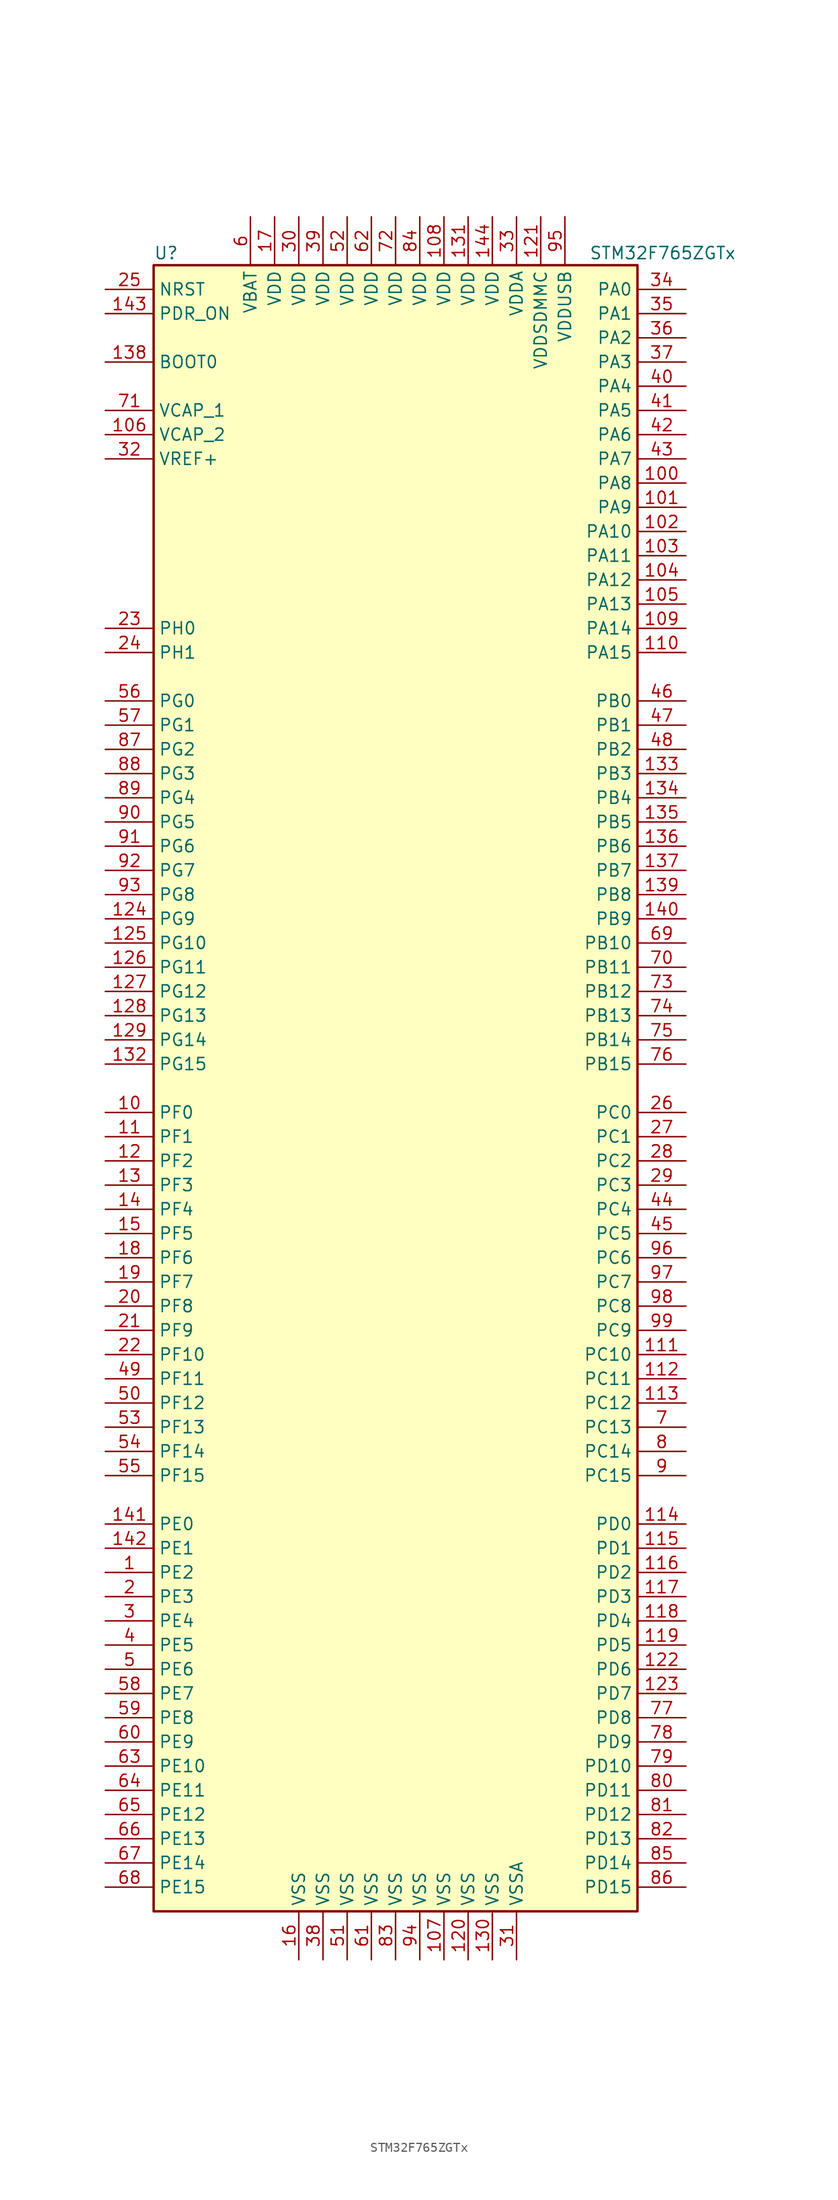
<source format=kicad_sym>
(kicad_symbol_lib
  (version 20201005)
  (generator kicad_symbol_editor)
  (symbol "STM32F765ZGTx"
    (property "Reference" "U"
      (at -25.4 87.63 0)
      (effects (font (size 1.27 1.27)) (justify left)))
    (property "Value" "STM32F765ZGTx"
      (at 20.32 87.63 0)
      (effects (font (size 1.27 1.27)) (justify left)))
    (symbol "STM32F765ZGTx_0_1"
      (rectangle (start -25.4 -86.36) (end 25.4 86.36) (stroke (width 0.254)) (fill (type background))))
    (symbol "STM32F765ZGTx_1_1"
      (pin input line (at -30.48 76.2 0) (length 5.08) (name "BOOT0" (effects (font (size 1.27 1.27)))) (number "138" (effects (font (size 1.27 1.27)))))
      (pin input line (at -30.48 83.82 0) (length 5.08) (name "NRST" (effects (font (size 1.27 1.27)))) (number "25" (effects (font (size 1.27 1.27)))))
      (pin bidirectional line (at 30.48 83.82 180) (length 5.08) (name "PA0" (effects (font (size 1.27 1.27)))) (number "34" (effects (font (size 1.27 1.27)))))
      (pin bidirectional line (at 30.48 81.28 180) (length 5.08) (name "PA1" (effects (font (size 1.27 1.27)))) (number "35" (effects (font (size 1.27 1.27)))))
      (pin bidirectional line (at 30.48 58.42 180) (length 5.08) (name "PA10" (effects (font (size 1.27 1.27)))) (number "102" (effects (font (size 1.27 1.27)))))
      (pin bidirectional line (at 30.48 55.88 180) (length 5.08) (name "PA11" (effects (font (size 1.27 1.27)))) (number "103" (effects (font (size 1.27 1.27)))))
      (pin bidirectional line (at 30.48 53.34 180) (length 5.08) (name "PA12" (effects (font (size 1.27 1.27)))) (number "104" (effects (font (size 1.27 1.27)))))
      (pin bidirectional line (at 30.48 50.8 180) (length 5.08) (name "PA13" (effects (font (size 1.27 1.27)))) (number "105" (effects (font (size 1.27 1.27)))))
      (pin bidirectional line (at 30.48 48.26 180) (length 5.08) (name "PA14" (effects (font (size 1.27 1.27)))) (number "109" (effects (font (size 1.27 1.27)))))
      (pin bidirectional line (at 30.48 45.72 180) (length 5.08) (name "PA15" (effects (font (size 1.27 1.27)))) (number "110" (effects (font (size 1.27 1.27)))))
      (pin bidirectional line (at 30.48 78.74 180) (length 5.08) (name "PA2" (effects (font (size 1.27 1.27)))) (number "36" (effects (font (size 1.27 1.27)))))
      (pin bidirectional line (at 30.48 76.2 180) (length 5.08) (name "PA3" (effects (font (size 1.27 1.27)))) (number "37" (effects (font (size 1.27 1.27)))))
      (pin bidirectional line (at 30.48 73.66 180) (length 5.08) (name "PA4" (effects (font (size 1.27 1.27)))) (number "40" (effects (font (size 1.27 1.27)))))
      (pin bidirectional line (at 30.48 71.12 180) (length 5.08) (name "PA5" (effects (font (size 1.27 1.27)))) (number "41" (effects (font (size 1.27 1.27)))))
      (pin bidirectional line (at 30.48 68.58 180) (length 5.08) (name "PA6" (effects (font (size 1.27 1.27)))) (number "42" (effects (font (size 1.27 1.27)))))
      (pin bidirectional line (at 30.48 66.04 180) (length 5.08) (name "PA7" (effects (font (size 1.27 1.27)))) (number "43" (effects (font (size 1.27 1.27)))))
      (pin bidirectional line (at 30.48 63.5 180) (length 5.08) (name "PA8" (effects (font (size 1.27 1.27)))) (number "100" (effects (font (size 1.27 1.27)))))
      (pin bidirectional line (at 30.48 60.96 180) (length 5.08) (name "PA9" (effects (font (size 1.27 1.27)))) (number "101" (effects (font (size 1.27 1.27)))))
      (pin bidirectional line (at 30.48 40.64 180) (length 5.08) (name "PB0" (effects (font (size 1.27 1.27)))) (number "46" (effects (font (size 1.27 1.27)))))
      (pin bidirectional line (at 30.48 38.1 180) (length 5.08) (name "PB1" (effects (font (size 1.27 1.27)))) (number "47" (effects (font (size 1.27 1.27)))))
      (pin bidirectional line (at 30.48 15.24 180) (length 5.08) (name "PB10" (effects (font (size 1.27 1.27)))) (number "69" (effects (font (size 1.27 1.27)))))
      (pin bidirectional line (at 30.48 12.7 180) (length 5.08) (name "PB11" (effects (font (size 1.27 1.27)))) (number "70" (effects (font (size 1.27 1.27)))))
      (pin bidirectional line (at 30.48 10.16 180) (length 5.08) (name "PB12" (effects (font (size 1.27 1.27)))) (number "73" (effects (font (size 1.27 1.27)))))
      (pin bidirectional line (at 30.48 7.62 180) (length 5.08) (name "PB13" (effects (font (size 1.27 1.27)))) (number "74" (effects (font (size 1.27 1.27)))))
      (pin bidirectional line (at 30.48 5.08 180) (length 5.08) (name "PB14" (effects (font (size 1.27 1.27)))) (number "75" (effects (font (size 1.27 1.27)))))
      (pin bidirectional line (at 30.48 2.54 180) (length 5.08) (name "PB15" (effects (font (size 1.27 1.27)))) (number "76" (effects (font (size 1.27 1.27)))))
      (pin bidirectional line (at 30.48 35.56 180) (length 5.08) (name "PB2" (effects (font (size 1.27 1.27)))) (number "48" (effects (font (size 1.27 1.27)))))
      (pin bidirectional line (at 30.48 33.02 180) (length 5.08) (name "PB3" (effects (font (size 1.27 1.27)))) (number "133" (effects (font (size 1.27 1.27)))))
      (pin bidirectional line (at 30.48 30.48 180) (length 5.08) (name "PB4" (effects (font (size 1.27 1.27)))) (number "134" (effects (font (size 1.27 1.27)))))
      (pin bidirectional line (at 30.48 27.94 180) (length 5.08) (name "PB5" (effects (font (size 1.27 1.27)))) (number "135" (effects (font (size 1.27 1.27)))))
      (pin bidirectional line (at 30.48 25.4 180) (length 5.08) (name "PB6" (effects (font (size 1.27 1.27)))) (number "136" (effects (font (size 1.27 1.27)))))
      (pin bidirectional line (at 30.48 22.86 180) (length 5.08) (name "PB7" (effects (font (size 1.27 1.27)))) (number "137" (effects (font (size 1.27 1.27)))))
      (pin bidirectional line (at 30.48 20.32 180) (length 5.08) (name "PB8" (effects (font (size 1.27 1.27)))) (number "139" (effects (font (size 1.27 1.27)))))
      (pin bidirectional line (at 30.48 17.78 180) (length 5.08) (name "PB9" (effects (font (size 1.27 1.27)))) (number "140" (effects (font (size 1.27 1.27)))))
      (pin bidirectional line (at 30.48 -2.54 180) (length 5.08) (name "PC0" (effects (font (size 1.27 1.27)))) (number "26" (effects (font (size 1.27 1.27)))))
      (pin bidirectional line (at 30.48 -5.08 180) (length 5.08) (name "PC1" (effects (font (size 1.27 1.27)))) (number "27" (effects (font (size 1.27 1.27)))))
      (pin bidirectional line (at 30.48 -27.94 180) (length 5.08) (name "PC10" (effects (font (size 1.27 1.27)))) (number "111" (effects (font (size 1.27 1.27)))))
      (pin bidirectional line (at 30.48 -30.48 180) (length 5.08) (name "PC11" (effects (font (size 1.27 1.27)))) (number "112" (effects (font (size 1.27 1.27)))))
      (pin bidirectional line (at 30.48 -33.02 180) (length 5.08) (name "PC12" (effects (font (size 1.27 1.27)))) (number "113" (effects (font (size 1.27 1.27)))))
      (pin bidirectional line (at 30.48 -35.56 180) (length 5.08) (name "PC13" (effects (font (size 1.27 1.27)))) (number "7" (effects (font (size 1.27 1.27)))))
      (pin bidirectional line (at 30.48 -38.1 180) (length 5.08) (name "PC14" (effects (font (size 1.27 1.27)))) (number "8" (effects (font (size 1.27 1.27)))))
      (pin bidirectional line (at 30.48 -40.64 180) (length 5.08) (name "PC15" (effects (font (size 1.27 1.27)))) (number "9" (effects (font (size 1.27 1.27)))))
      (pin bidirectional line (at 30.48 -7.62 180) (length 5.08) (name "PC2" (effects (font (size 1.27 1.27)))) (number "28" (effects (font (size 1.27 1.27)))))
      (pin bidirectional line (at 30.48 -10.16 180) (length 5.08) (name "PC3" (effects (font (size 1.27 1.27)))) (number "29" (effects (font (size 1.27 1.27)))))
      (pin bidirectional line (at 30.48 -12.7 180) (length 5.08) (name "PC4" (effects (font (size 1.27 1.27)))) (number "44" (effects (font (size 1.27 1.27)))))
      (pin bidirectional line (at 30.48 -15.24 180) (length 5.08) (name "PC5" (effects (font (size 1.27 1.27)))) (number "45" (effects (font (size 1.27 1.27)))))
      (pin bidirectional line (at 30.48 -17.78 180) (length 5.08) (name "PC6" (effects (font (size 1.27 1.27)))) (number "96" (effects (font (size 1.27 1.27)))))
      (pin bidirectional line (at 30.48 -20.32 180) (length 5.08) (name "PC7" (effects (font (size 1.27 1.27)))) (number "97" (effects (font (size 1.27 1.27)))))
      (pin bidirectional line (at 30.48 -22.86 180) (length 5.08) (name "PC8" (effects (font (size 1.27 1.27)))) (number "98" (effects (font (size 1.27 1.27)))))
      (pin bidirectional line (at 30.48 -25.4 180) (length 5.08) (name "PC9" (effects (font (size 1.27 1.27)))) (number "99" (effects (font (size 1.27 1.27)))))
      (pin bidirectional line (at 30.48 -45.72 180) (length 5.08) (name "PD0" (effects (font (size 1.27 1.27)))) (number "114" (effects (font (size 1.27 1.27)))))
      (pin bidirectional line (at 30.48 -48.26 180) (length 5.08) (name "PD1" (effects (font (size 1.27 1.27)))) (number "115" (effects (font (size 1.27 1.27)))))
      (pin bidirectional line (at 30.48 -71.12 180) (length 5.08) (name "PD10" (effects (font (size 1.27 1.27)))) (number "79" (effects (font (size 1.27 1.27)))))
      (pin bidirectional line (at 30.48 -73.66 180) (length 5.08) (name "PD11" (effects (font (size 1.27 1.27)))) (number "80" (effects (font (size 1.27 1.27)))))
      (pin bidirectional line (at 30.48 -76.2 180) (length 5.08) (name "PD12" (effects (font (size 1.27 1.27)))) (number "81" (effects (font (size 1.27 1.27)))))
      (pin bidirectional line (at 30.48 -78.74 180) (length 5.08) (name "PD13" (effects (font (size 1.27 1.27)))) (number "82" (effects (font (size 1.27 1.27)))))
      (pin bidirectional line (at 30.48 -81.28 180) (length 5.08) (name "PD14" (effects (font (size 1.27 1.27)))) (number "85" (effects (font (size 1.27 1.27)))))
      (pin bidirectional line (at 30.48 -83.82 180) (length 5.08) (name "PD15" (effects (font (size 1.27 1.27)))) (number "86" (effects (font (size 1.27 1.27)))))
      (pin bidirectional line (at 30.48 -50.8 180) (length 5.08) (name "PD2" (effects (font (size 1.27 1.27)))) (number "116" (effects (font (size 1.27 1.27)))))
      (pin bidirectional line (at 30.48 -53.34 180) (length 5.08) (name "PD3" (effects (font (size 1.27 1.27)))) (number "117" (effects (font (size 1.27 1.27)))))
      (pin bidirectional line (at 30.48 -55.88 180) (length 5.08) (name "PD4" (effects (font (size 1.27 1.27)))) (number "118" (effects (font (size 1.27 1.27)))))
      (pin bidirectional line (at 30.48 -58.42 180) (length 5.08) (name "PD5" (effects (font (size 1.27 1.27)))) (number "119" (effects (font (size 1.27 1.27)))))
      (pin bidirectional line (at 30.48 -60.96 180) (length 5.08) (name "PD6" (effects (font (size 1.27 1.27)))) (number "122" (effects (font (size 1.27 1.27)))))
      (pin bidirectional line (at 30.48 -63.5 180) (length 5.08) (name "PD7" (effects (font (size 1.27 1.27)))) (number "123" (effects (font (size 1.27 1.27)))))
      (pin bidirectional line (at 30.48 -66.04 180) (length 5.08) (name "PD8" (effects (font (size 1.27 1.27)))) (number "77" (effects (font (size 1.27 1.27)))))
      (pin bidirectional line (at 30.48 -68.58 180) (length 5.08) (name "PD9" (effects (font (size 1.27 1.27)))) (number "78" (effects (font (size 1.27 1.27)))))
      (pin input line (at -30.48 81.28 0) (length 5.08) (name "PDR_ON" (effects (font (size 1.27 1.27)))) (number "143" (effects (font (size 1.27 1.27)))))
      (pin bidirectional line (at -30.48 -45.72 0) (length 5.08) (name "PE0" (effects (font (size 1.27 1.27)))) (number "141" (effects (font (size 1.27 1.27)))))
      (pin bidirectional line (at -30.48 -48.26 0) (length 5.08) (name "PE1" (effects (font (size 1.27 1.27)))) (number "142" (effects (font (size 1.27 1.27)))))
      (pin bidirectional line (at -30.48 -71.12 0) (length 5.08) (name "PE10" (effects (font (size 1.27 1.27)))) (number "63" (effects (font (size 1.27 1.27)))))
      (pin bidirectional line (at -30.48 -73.66 0) (length 5.08) (name "PE11" (effects (font (size 1.27 1.27)))) (number "64" (effects (font (size 1.27 1.27)))))
      (pin bidirectional line (at -30.48 -76.2 0) (length 5.08) (name "PE12" (effects (font (size 1.27 1.27)))) (number "65" (effects (font (size 1.27 1.27)))))
      (pin bidirectional line (at -30.48 -78.74 0) (length 5.08) (name "PE13" (effects (font (size 1.27 1.27)))) (number "66" (effects (font (size 1.27 1.27)))))
      (pin bidirectional line (at -30.48 -81.28 0) (length 5.08) (name "PE14" (effects (font (size 1.27 1.27)))) (number "67" (effects (font (size 1.27 1.27)))))
      (pin bidirectional line (at -30.48 -83.82 0) (length 5.08) (name "PE15" (effects (font (size 1.27 1.27)))) (number "68" (effects (font (size 1.27 1.27)))))
      (pin bidirectional line (at -30.48 -50.8 0) (length 5.08) (name "PE2" (effects (font (size 1.27 1.27)))) (number "1" (effects (font (size 1.27 1.27)))))
      (pin bidirectional line (at -30.48 -53.34 0) (length 5.08) (name "PE3" (effects (font (size 1.27 1.27)))) (number "2" (effects (font (size 1.27 1.27)))))
      (pin bidirectional line (at -30.48 -55.88 0) (length 5.08) (name "PE4" (effects (font (size 1.27 1.27)))) (number "3" (effects (font (size 1.27 1.27)))))
      (pin bidirectional line (at -30.48 -58.42 0) (length 5.08) (name "PE5" (effects (font (size 1.27 1.27)))) (number "4" (effects (font (size 1.27 1.27)))))
      (pin bidirectional line (at -30.48 -60.96 0) (length 5.08) (name "PE6" (effects (font (size 1.27 1.27)))) (number "5" (effects (font (size 1.27 1.27)))))
      (pin bidirectional line (at -30.48 -63.5 0) (length 5.08) (name "PE7" (effects (font (size 1.27 1.27)))) (number "58" (effects (font (size 1.27 1.27)))))
      (pin bidirectional line (at -30.48 -66.04 0) (length 5.08) (name "PE8" (effects (font (size 1.27 1.27)))) (number "59" (effects (font (size 1.27 1.27)))))
      (pin bidirectional line (at -30.48 -68.58 0) (length 5.08) (name "PE9" (effects (font (size 1.27 1.27)))) (number "60" (effects (font (size 1.27 1.27)))))
      (pin bidirectional line (at -30.48 -2.54 0) (length 5.08) (name "PF0" (effects (font (size 1.27 1.27)))) (number "10" (effects (font (size 1.27 1.27)))))
      (pin bidirectional line (at -30.48 -5.08 0) (length 5.08) (name "PF1" (effects (font (size 1.27 1.27)))) (number "11" (effects (font (size 1.27 1.27)))))
      (pin bidirectional line (at -30.48 -27.94 0) (length 5.08) (name "PF10" (effects (font (size 1.27 1.27)))) (number "22" (effects (font (size 1.27 1.27)))))
      (pin bidirectional line (at -30.48 -30.48 0) (length 5.08) (name "PF11" (effects (font (size 1.27 1.27)))) (number "49" (effects (font (size 1.27 1.27)))))
      (pin bidirectional line (at -30.48 -33.02 0) (length 5.08) (name "PF12" (effects (font (size 1.27 1.27)))) (number "50" (effects (font (size 1.27 1.27)))))
      (pin bidirectional line (at -30.48 -35.56 0) (length 5.08) (name "PF13" (effects (font (size 1.27 1.27)))) (number "53" (effects (font (size 1.27 1.27)))))
      (pin bidirectional line (at -30.48 -38.1 0) (length 5.08) (name "PF14" (effects (font (size 1.27 1.27)))) (number "54" (effects (font (size 1.27 1.27)))))
      (pin bidirectional line (at -30.48 -40.64 0) (length 5.08) (name "PF15" (effects (font (size 1.27 1.27)))) (number "55" (effects (font (size 1.27 1.27)))))
      (pin bidirectional line (at -30.48 -7.62 0) (length 5.08) (name "PF2" (effects (font (size 1.27 1.27)))) (number "12" (effects (font (size 1.27 1.27)))))
      (pin bidirectional line (at -30.48 -10.16 0) (length 5.08) (name "PF3" (effects (font (size 1.27 1.27)))) (number "13" (effects (font (size 1.27 1.27)))))
      (pin bidirectional line (at -30.48 -12.7 0) (length 5.08) (name "PF4" (effects (font (size 1.27 1.27)))) (number "14" (effects (font (size 1.27 1.27)))))
      (pin bidirectional line (at -30.48 -15.24 0) (length 5.08) (name "PF5" (effects (font (size 1.27 1.27)))) (number "15" (effects (font (size 1.27 1.27)))))
      (pin bidirectional line (at -30.48 -17.78 0) (length 5.08) (name "PF6" (effects (font (size 1.27 1.27)))) (number "18" (effects (font (size 1.27 1.27)))))
      (pin bidirectional line (at -30.48 -20.32 0) (length 5.08) (name "PF7" (effects (font (size 1.27 1.27)))) (number "19" (effects (font (size 1.27 1.27)))))
      (pin bidirectional line (at -30.48 -22.86 0) (length 5.08) (name "PF8" (effects (font (size 1.27 1.27)))) (number "20" (effects (font (size 1.27 1.27)))))
      (pin bidirectional line (at -30.48 -25.4 0) (length 5.08) (name "PF9" (effects (font (size 1.27 1.27)))) (number "21" (effects (font (size 1.27 1.27)))))
      (pin bidirectional line (at -30.48 40.64 0) (length 5.08) (name "PG0" (effects (font (size 1.27 1.27)))) (number "56" (effects (font (size 1.27 1.27)))))
      (pin bidirectional line (at -30.48 38.1 0) (length 5.08) (name "PG1" (effects (font (size 1.27 1.27)))) (number "57" (effects (font (size 1.27 1.27)))))
      (pin bidirectional line (at -30.48 15.24 0) (length 5.08) (name "PG10" (effects (font (size 1.27 1.27)))) (number "125" (effects (font (size 1.27 1.27)))))
      (pin bidirectional line (at -30.48 12.7 0) (length 5.08) (name "PG11" (effects (font (size 1.27 1.27)))) (number "126" (effects (font (size 1.27 1.27)))))
      (pin bidirectional line (at -30.48 10.16 0) (length 5.08) (name "PG12" (effects (font (size 1.27 1.27)))) (number "127" (effects (font (size 1.27 1.27)))))
      (pin bidirectional line (at -30.48 7.62 0) (length 5.08) (name "PG13" (effects (font (size 1.27 1.27)))) (number "128" (effects (font (size 1.27 1.27)))))
      (pin bidirectional line (at -30.48 5.08 0) (length 5.08) (name "PG14" (effects (font (size 1.27 1.27)))) (number "129" (effects (font (size 1.27 1.27)))))
      (pin bidirectional line (at -30.48 2.54 0) (length 5.08) (name "PG15" (effects (font (size 1.27 1.27)))) (number "132" (effects (font (size 1.27 1.27)))))
      (pin bidirectional line (at -30.48 35.56 0) (length 5.08) (name "PG2" (effects (font (size 1.27 1.27)))) (number "87" (effects (font (size 1.27 1.27)))))
      (pin bidirectional line (at -30.48 33.02 0) (length 5.08) (name "PG3" (effects (font (size 1.27 1.27)))) (number "88" (effects (font (size 1.27 1.27)))))
      (pin bidirectional line (at -30.48 30.48 0) (length 5.08) (name "PG4" (effects (font (size 1.27 1.27)))) (number "89" (effects (font (size 1.27 1.27)))))
      (pin bidirectional line (at -30.48 27.94 0) (length 5.08) (name "PG5" (effects (font (size 1.27 1.27)))) (number "90" (effects (font (size 1.27 1.27)))))
      (pin bidirectional line (at -30.48 25.4 0) (length 5.08) (name "PG6" (effects (font (size 1.27 1.27)))) (number "91" (effects (font (size 1.27 1.27)))))
      (pin bidirectional line (at -30.48 22.86 0) (length 5.08) (name "PG7" (effects (font (size 1.27 1.27)))) (number "92" (effects (font (size 1.27 1.27)))))
      (pin bidirectional line (at -30.48 20.32 0) (length 5.08) (name "PG8" (effects (font (size 1.27 1.27)))) (number "93" (effects (font (size 1.27 1.27)))))
      (pin bidirectional line (at -30.48 17.78 0) (length 5.08) (name "PG9" (effects (font (size 1.27 1.27)))) (number "124" (effects (font (size 1.27 1.27)))))
      (pin input line (at -30.48 48.26 0) (length 5.08) (name "PH0" (effects (font (size 1.27 1.27)))) (number "23" (effects (font (size 1.27 1.27)))))
      (pin input line (at -30.48 45.72 0) (length 5.08) (name "PH1" (effects (font (size 1.27 1.27)))) (number "24" (effects (font (size 1.27 1.27)))))
      (pin power_in line (at -15.24 91.44 270) (length 5.08) (name "VBAT" (effects (font (size 1.27 1.27)))) (number "6" (effects (font (size 1.27 1.27)))))
      (pin power_in line (at -30.48 71.12 0) (length 5.08) (name "VCAP_1" (effects (font (size 1.27 1.27)))) (number "71" (effects (font (size 1.27 1.27)))))
      (pin power_in line (at -30.48 68.58 0) (length 5.08) (name "VCAP_2" (effects (font (size 1.27 1.27)))) (number "106" (effects (font (size 1.27 1.27)))))
      (pin power_in line (at 5.08 91.44 270) (length 5.08) (name "VDD" (effects (font (size 1.27 1.27)))) (number "108" (effects (font (size 1.27 1.27)))))
      (pin power_in line (at 7.62 91.44 270) (length 5.08) (name "VDD" (effects (font (size 1.27 1.27)))) (number "131" (effects (font (size 1.27 1.27)))))
      (pin power_in line (at 10.16 91.44 270) (length 5.08) (name "VDD" (effects (font (size 1.27 1.27)))) (number "144" (effects (font (size 1.27 1.27)))))
      (pin power_in line (at -12.7 91.44 270) (length 5.08) (name "VDD" (effects (font (size 1.27 1.27)))) (number "17" (effects (font (size 1.27 1.27)))))
      (pin power_in line (at -10.16 91.44 270) (length 5.08) (name "VDD" (effects (font (size 1.27 1.27)))) (number "30" (effects (font (size 1.27 1.27)))))
      (pin power_in line (at -7.62 91.44 270) (length 5.08) (name "VDD" (effects (font (size 1.27 1.27)))) (number "39" (effects (font (size 1.27 1.27)))))
      (pin power_in line (at -5.08 91.44 270) (length 5.08) (name "VDD" (effects (font (size 1.27 1.27)))) (number "52" (effects (font (size 1.27 1.27)))))
      (pin power_in line (at -2.54 91.44 270) (length 5.08) (name "VDD" (effects (font (size 1.27 1.27)))) (number "62" (effects (font (size 1.27 1.27)))))
      (pin power_in line (at 0 91.44 270) (length 5.08) (name "VDD" (effects (font (size 1.27 1.27)))) (number "72" (effects (font (size 1.27 1.27)))))
      (pin power_in line (at 2.54 91.44 270) (length 5.08) (name "VDD" (effects (font (size 1.27 1.27)))) (number "84" (effects (font (size 1.27 1.27)))))
      (pin power_in line (at 12.7 91.44 270) (length 5.08) (name "VDDA" (effects (font (size 1.27 1.27)))) (number "33" (effects (font (size 1.27 1.27)))))
      (pin power_in line (at 15.24 91.44 270) (length 5.08) (name "VDDSDMMC" (effects (font (size 1.27 1.27)))) (number "121" (effects (font (size 1.27 1.27)))))
      (pin power_in line (at 17.78 91.44 270) (length 5.08) (name "VDDUSB" (effects (font (size 1.27 1.27)))) (number "95" (effects (font (size 1.27 1.27)))))
      (pin power_in line (at -30.48 66.04 0) (length 5.08) (name "VREF+" (effects (font (size 1.27 1.27)))) (number "32" (effects (font (size 1.27 1.27)))))
      (pin power_in line (at 5.08 -91.44 90) (length 5.08) (name "VSS" (effects (font (size 1.27 1.27)))) (number "107" (effects (font (size 1.27 1.27)))))
      (pin power_in line (at 7.62 -91.44 90) (length 5.08) (name "VSS" (effects (font (size 1.27 1.27)))) (number "120" (effects (font (size 1.27 1.27)))))
      (pin power_in line (at 10.16 -91.44 90) (length 5.08) (name "VSS" (effects (font (size 1.27 1.27)))) (number "130" (effects (font (size 1.27 1.27)))))
      (pin power_in line (at -10.16 -91.44 90) (length 5.08) (name "VSS" (effects (font (size 1.27 1.27)))) (number "16" (effects (font (size 1.27 1.27)))))
      (pin power_in line (at -7.62 -91.44 90) (length 5.08) (name "VSS" (effects (font (size 1.27 1.27)))) (number "38" (effects (font (size 1.27 1.27)))))
      (pin power_in line (at -5.08 -91.44 90) (length 5.08) (name "VSS" (effects (font (size 1.27 1.27)))) (number "51" (effects (font (size 1.27 1.27)))))
      (pin power_in line (at -2.54 -91.44 90) (length 5.08) (name "VSS" (effects (font (size 1.27 1.27)))) (number "61" (effects (font (size 1.27 1.27)))))
      (pin power_in line (at 0 -91.44 90) (length 5.08) (name "VSS" (effects (font (size 1.27 1.27)))) (number "83" (effects (font (size 1.27 1.27)))))
      (pin power_in line (at 2.54 -91.44 90) (length 5.08) (name "VSS" (effects (font (size 1.27 1.27)))) (number "94" (effects (font (size 1.27 1.27)))))
      (pin power_in line (at 12.7 -91.44 90) (length 5.08) (name "VSSA" (effects (font (size 1.27 1.27)))) (number "31" (effects (font (size 1.27 1.27))))))))
</source>
